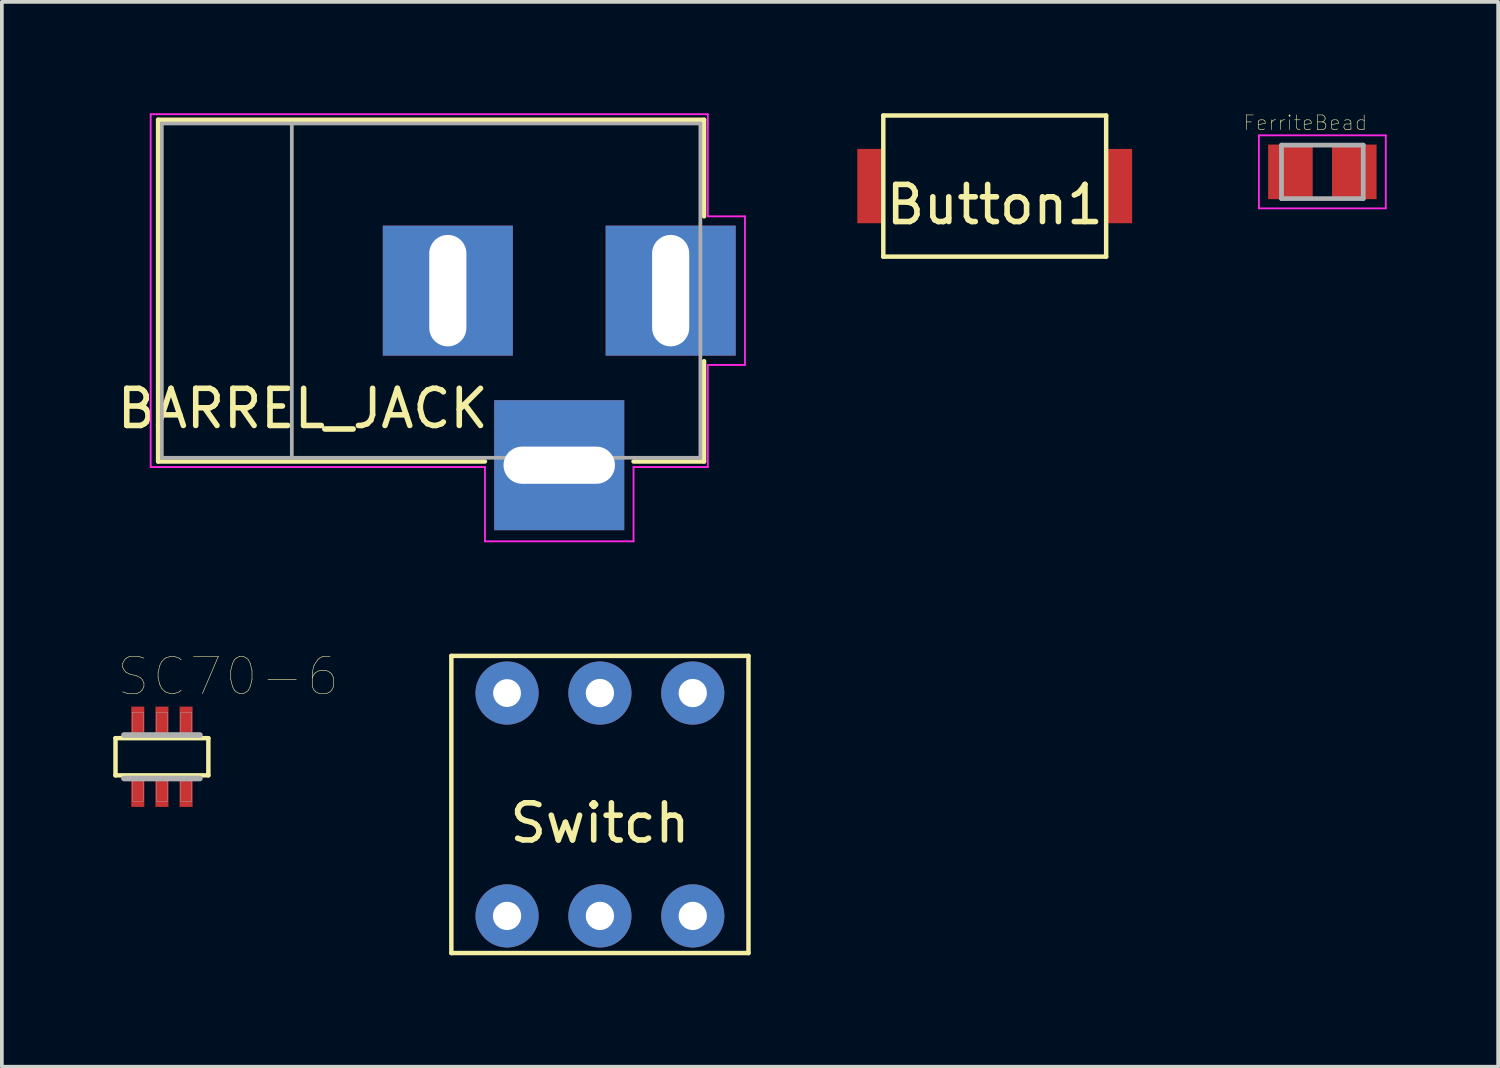
<source format=kicad_pcb>
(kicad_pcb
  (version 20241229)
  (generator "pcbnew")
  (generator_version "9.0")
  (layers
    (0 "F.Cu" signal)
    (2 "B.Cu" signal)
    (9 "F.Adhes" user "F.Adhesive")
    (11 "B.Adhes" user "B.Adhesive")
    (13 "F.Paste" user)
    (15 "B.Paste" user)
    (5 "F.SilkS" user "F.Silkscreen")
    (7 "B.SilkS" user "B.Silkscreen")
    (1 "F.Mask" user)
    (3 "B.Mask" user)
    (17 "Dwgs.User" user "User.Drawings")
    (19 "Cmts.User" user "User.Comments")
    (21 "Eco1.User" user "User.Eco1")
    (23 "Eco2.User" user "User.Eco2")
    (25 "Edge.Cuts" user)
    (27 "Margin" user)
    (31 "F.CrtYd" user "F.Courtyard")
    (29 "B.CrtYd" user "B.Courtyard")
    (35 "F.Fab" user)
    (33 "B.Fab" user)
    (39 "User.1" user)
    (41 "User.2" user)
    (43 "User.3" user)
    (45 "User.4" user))
  (footprint "Switch"
    (layer "F.Cu")
    (at 13.102 18.61)
    (property "Reference" "Switch" (at 0 0.5 0) (layer "F.SilkS") (effects (font (size 1 1) (thickness 0.15))))
    (attr through_hole)
    (fp_line (start -4 -4) (end 4 -4) (stroke (width 0.12) (type solid)) (layer "F.SilkS"))
    (fp_line (start -4 4) (end -4 -4) (stroke (width 0.12) (type solid)) (layer "F.SilkS"))
    (fp_line (start 4 -4) (end 4 4) (stroke (width 0.12) (type solid)) (layer "F.SilkS"))
    (fp_line (start 4 4) (end -4 4) (stroke (width 0.12) (type solid)) (layer "F.SilkS"))
    (pad "1" thru_hole circle (at -2.5 -3) (size 1.7 1.7) (drill 0.75) (layers "*.Cu" "*.Mask"))
    (pad "2" thru_hole circle (at 0 -3) (size 1.7 1.7) (drill 0.762) (layers "*.Cu" "*.Mask"))
    (pad "3" thru_hole circle (at 2.5 -3) (size 1.7 1.7) (drill 0.762) (layers "*.Cu" "*.Mask"))
    (pad "4" thru_hole circle (at -2.5 3) (size 1.7 1.7) (drill 0.762) (layers "*.Cu" "*.Mask"))
    (pad "5" thru_hole circle (at 0 3) (size 1.7 1.7) (drill 0.762) (layers "*.Cu" "*.Mask"))
    (pad "6" thru_hole circle (at 2.5 3) (size 1.7 1.7) (drill 0.762) (layers "*.Cu" "*.Mask")))
  (footprint "FerriteBead"
    (layer "F.Cu")
    (at 32.553 1.577)
    (property "Reference" "FerriteBead" (at -0.46 -1.32 0) (layer "F.SilkS") (effects (font (size 0.394 0.394) (thickness 0.015))))
    (attr through_hole)
    (fp_line (start -1.708 -0.983) (end 1.708 -0.983) (stroke (width 0.05) (type solid)) (layer "F.CrtYd"))
    (fp_line (start -1.708 0.983) (end -1.708 -0.983) (stroke (width 0.05) (type solid)) (layer "F.CrtYd"))
    (fp_line (start -1.708 0.983) (end 1.708 0.983) (stroke (width 0.05) (type solid)) (layer "F.CrtYd"))
    (fp_line (start 1.708 0.983) (end 1.708 -0.983) (stroke (width 0.05) (type solid)) (layer "F.CrtYd"))
    (fp_line (start -1.1 0.72) (end -1.1 -0.72) (stroke (width 0.127) (type solid)) (layer "F.Fab"))
    (fp_line (start 1.1 -0.72) (end -1.1 -0.72) (stroke (width 0.127) (type solid)) (layer "F.Fab"))
    (fp_line (start 1.1 0.72) (end -1.1 0.72) (stroke (width 0.127) (type solid)) (layer "F.Fab"))
    (fp_line (start 1.1 0.72) (end 1.1 -0.72) (stroke (width 0.127) (type solid)) (layer "F.Fab"))
    (pad "1" smd rect (at -0.86 0) (size 1.2 1.47) (layers "F.Cu" "F.Mask" "F.Paste"))
    (pad "2" smd rect (at 0.86 0) (size 1.2 1.47) (layers "F.Cu" "F.Mask" "F.Paste")))
  (footprint "BARREL_JACK"
    (layer "F.Cu")
    (at 15.007 4.775)
    (property "Reference" "BARREL_JACK" (at -9.906 3.175 180) (layer "F.SilkS") (effects (font (size 1 1) (thickness 0.15))))
    (attr through_hole)
    (fp_line (start -13.8 -4.6) (end 0.9 -4.6) (stroke (width 0.12) (type solid)) (layer "F.SilkS"))
    (fp_line (start -13.8 4.6) (end -13.8 -4.6) (stroke (width 0.12) (type solid)) (layer "F.SilkS"))
    (fp_line (start -5 4.6) (end -13.8 4.6) (stroke (width 0.12) (type solid)) (layer "F.SilkS"))
    (fp_line (start 0.9 -4.6) (end 0.9 -2) (stroke (width 0.12) (type solid)) (layer "F.SilkS"))
    (fp_line (start 0.9 1.9) (end 0.9 4.6) (stroke (width 0.12) (type solid)) (layer "F.SilkS"))
    (fp_line (start 0.9 4.6) (end -1 4.6) (stroke (width 0.12) (type solid)) (layer "F.SilkS"))
    (fp_line (start -14 4.75) (end -14 -4.75) (stroke (width 0.05) (type solid)) (layer "F.CrtYd"))
    (fp_line (start -5 4.75) (end -14 4.75) (stroke (width 0.05) (type solid)) (layer "F.CrtYd"))
    (fp_line (start -5 6.75) (end -5 4.75) (stroke (width 0.05) (type solid)) (layer "F.CrtYd"))
    (fp_line (start -1 4.75) (end -1 6.75) (stroke (width 0.05) (type solid)) (layer "F.CrtYd"))
    (fp_line (start -1 6.75) (end -5 6.75) (stroke (width 0.05) (type solid)) (layer "F.CrtYd"))
    (fp_line (start 1 -4.75) (end -14 -4.75) (stroke (width 0.05) (type solid)) (layer "F.CrtYd"))
    (fp_line (start 1 -4.5) (end 1 -4.75) (stroke (width 0.05) (type solid)) (layer "F.CrtYd"))
    (fp_line (start 1 -4.5) (end 1 -2) (stroke (width 0.05) (type solid)) (layer "F.CrtYd"))
    (fp_line (start 1 -2) (end 2 -2) (stroke (width 0.05) (type solid)) (layer "F.CrtYd"))
    (fp_line (start 1 2) (end 1 4.75) (stroke (width 0.05) (type solid)) (layer "F.CrtYd"))
    (fp_line (start 1 4.75) (end -1 4.75) (stroke (width 0.05) (type solid)) (layer "F.CrtYd"))
    (fp_line (start 2 -2) (end 2 2) (stroke (width 0.05) (type solid)) (layer "F.CrtYd"))
    (fp_line (start 2 2) (end 1 2) (stroke (width 0.05) (type solid)) (layer "F.CrtYd"))
    (fp_line (start -13.7 -4.5) (end -13.7 4.5) (stroke (width 0.1) (type solid)) (layer "F.Fab"))
    (fp_line (start -13.7 4.5) (end 0.8 4.5) (stroke (width 0.1) (type solid)) (layer "F.Fab"))
    (fp_line (start -10.2 -4.5) (end -10.2 4.5) (stroke (width 0.1) (type solid)) (layer "F.Fab"))
    (fp_line (start 0.8 -4.5) (end -13.7 -4.5) (stroke (width 0.1) (type solid)) (layer "F.Fab"))
    (fp_line (start 0.8 4.5) (end 0.8 -4.5) (stroke (width 0.1) (type solid)) (layer "F.Fab"))
    (pad "1" thru_hole rect (at 0 0) (size 3.5 3.5) (drill oval 1 3) (layers "*.Cu" "*.Mask"))
    (pad "2" thru_hole rect (at -6 0) (size 3.5 3.5) (drill oval 1 3) (layers "*.Cu" "*.Mask"))
    (pad "3" thru_hole rect (at -3 4.7) (size 3.5 3.5) (drill oval 3 1) (layers "*.Cu" "*.Mask")))
  (footprint "Button1"
    (layer "F.Cu")
    (at 23.732 1.96)
    (property "Reference" "Button1" (at 0 0.5 0) (layer "F.SilkS") (effects (font (size 1 1) (thickness 0.15))))
    (attr through_hole)
    (fp_line (start -3 -1.9) (end 3 -1.9) (stroke (width 0.12) (type solid)) (layer "F.SilkS"))
    (fp_line (start -3 1.9) (end -3 -1.9) (stroke (width 0.12) (type solid)) (layer "F.SilkS"))
    (fp_line (start 3 -1.9) (end 3 1.9) (stroke (width 0.12) (type solid)) (layer "F.SilkS"))
    (fp_line (start 3 1.9) (end -3 1.9) (stroke (width 0.12) (type solid)) (layer "F.SilkS"))
    (pad "1" smd rect (at -3.35 0) (size 0.7 2) (layers "F.Cu" "F.Mask" "F.Paste"))
    (pad "2" smd rect (at 3.35 0) (size 0.7 2) (layers "F.Cu" "F.Mask" "F.Paste")))
  (footprint "SC70-6"
    (layer "F.Cu")
    (at 1.31 17.325)
    (property "Reference" "SC70-6" (at 1.781 -2.163 0) (layer "F.SilkS") (effects (font (size 1.002 1.002) (thickness 0.015))))
    (attr through_hole)
    (fp_poly (pts (xy -0.876 -1.4) (xy -0.425 -1.4) (xy -0.425 -0.501) (xy -0.876 -0.501)) (stroke (width 0.01) (type solid)) (fill yes) (layer "F.Mask"))
    (fp_poly (pts (xy -0.876 0.5) (xy -0.425 0.5) (xy -0.425 1.402) (xy -0.876 1.402)) (stroke (width 0.01) (type solid)) (fill yes) (layer "F.Mask"))
    (fp_poly (pts (xy -0.225 0.5) (xy 0.225 0.5) (xy 0.225 1.401) (xy -0.225 1.401)) (stroke (width 0.01) (type solid)) (fill yes) (layer "F.Mask"))
    (fp_poly (pts (xy -0.225 -1.4) (xy 0.225 -1.4) (xy 0.225 -0.5) (xy -0.225 -0.5)) (stroke (width 0.01) (type solid)) (fill yes) (layer "F.Mask"))
    (fp_poly (pts (xy 0.425 0.5) (xy 0.875 0.5) (xy 0.875 1.401) (xy 0.425 1.401)) (stroke (width 0.01) (type solid)) (fill yes) (layer "F.Mask"))
    (fp_poly (pts (xy 0.426 -1.4) (xy 0.875 -1.4) (xy 0.875 -0.501) (xy 0.426 -0.501)) (stroke (width 0.01) (type solid)) (fill yes) (layer "F.Mask"))
    (fp_line (start -1.25 -0.5) (end 1.25 -0.5) (stroke (width 0.12) (type solid)) (layer "F.SilkS"))
    (fp_line (start -1.25 0.5) (end -1.25 -0.5) (stroke (width 0.12) (type solid)) (layer "F.SilkS"))
    (fp_line (start 1.25 -0.5) (end 1.25 0.5) (stroke (width 0.12) (type solid)) (layer "F.SilkS"))
    (fp_line (start 1.25 0.5) (end -1.25 0.5) (stroke (width 0.12) (type solid)) (layer "F.SilkS"))
    (fp_poly (pts (xy -0.803 -1.325) (xy -0.5 -1.325) (xy -0.5 -0.577) (xy -0.803 -0.577)) (stroke (width 0.01) (type solid)) (fill yes) (layer "F.Paste"))
    (fp_poly (pts (xy -0.801 0.575) (xy -0.5 0.575) (xy -0.5 1.327) (xy -0.801 1.327)) (stroke (width 0.01) (type solid)) (fill yes) (layer "F.Paste"))
    (fp_poly (pts (xy -0.15 0.575) (xy 0.15 0.575) (xy 0.15 1.327) (xy -0.15 1.327)) (stroke (width 0.01) (type solid)) (fill yes) (layer "F.Paste"))
    (fp_poly (pts (xy -0.15 -1.325) (xy 0.15 -1.325) (xy 0.15 -0.576) (xy -0.15 -0.576)) (stroke (width 0.01) (type solid)) (fill yes) (layer "F.Paste"))
    (fp_poly (pts (xy 0.501 0.575) (xy 0.8 0.575) (xy 0.8 1.328) (xy 0.501 1.328)) (stroke (width 0.01) (type solid)) (fill yes) (layer "F.Paste"))
    (fp_poly (pts (xy 0.501 -1.325) (xy 0.8 -1.325) (xy 0.8 -0.577) (xy 0.501 -0.577)) (stroke (width 0.01) (type solid)) (fill yes) (layer "F.Paste"))
    (fp_line (start -1.022 -0.585) (end 1.022 -0.585) (stroke (width 0.152) (type solid)) (layer "F.Fab"))
    (fp_line (start 1.022 0.585) (end -1.022 0.585) (stroke (width 0.152) (type solid)) (layer "F.Fab"))
    (fp_poly (pts (xy -0.801 -1.2) (xy -0.5 -1.2) (xy -0.5 -0.626) (xy -0.801 -0.626)) (stroke (width 0.01) (type solid)) (fill no) (layer "F.Fab"))
    (fp_poly (pts (xy -0.8 0.625) (xy -0.5 0.625) (xy -0.5 1.201) (xy -0.8 1.201)) (stroke (width 0.01) (type solid)) (fill no) (layer "F.Fab"))
    (fp_poly (pts (xy -0.15 -1.2) (xy 0.15 -1.2) (xy 0.15 -0.626) (xy -0.15 -0.626)) (stroke (width 0.01) (type solid)) (fill no) (layer "F.Fab"))
    (fp_poly (pts (xy -0.15 0.625) (xy 0.15 0.625) (xy 0.15 1.202) (xy -0.15 1.202)) (stroke (width 0.01) (type solid)) (fill no) (layer "F.Fab"))
    (fp_poly (pts (xy 0.501 0.625) (xy 0.8 0.625) (xy 0.8 1.202) (xy 0.501 1.202)) (stroke (width 0.01) (type solid)) (fill no) (layer "F.Fab"))
    (fp_poly (pts (xy 0.501 -1.2) (xy 0.8 -1.2) (xy 0.8 -0.626) (xy 0.501 -0.626)) (stroke (width 0.01) (type solid)) (fill no) (layer "F.Fab"))
    (pad "1" smd rect (at -0.65 0.95) (size 0.35 0.8) (layers "F.Cu"))
    (pad "2" smd rect (at 0 0.95) (size 0.35 0.8) (layers "F.Cu"))
    (pad "3" smd rect (at 0.65 0.95) (size 0.35 0.8) (layers "F.Cu"))
    (pad "4" smd rect (at 0.65 -0.95) (size 0.35 0.8) (layers "F.Cu"))
    (pad "5" smd rect (at 0 -0.95) (size 0.35 0.8) (layers "F.Cu"))
    (pad "6" smd rect (at -0.65 -0.95) (size 0.35 0.8) (layers "F.Cu")))
  (gr_rect
    (start -3 -3)
    (end 37.286 25.67)
    (stroke (width 0.1) (type default))
    (fill no)
    (layer "Edge.Cuts")))
</source>
